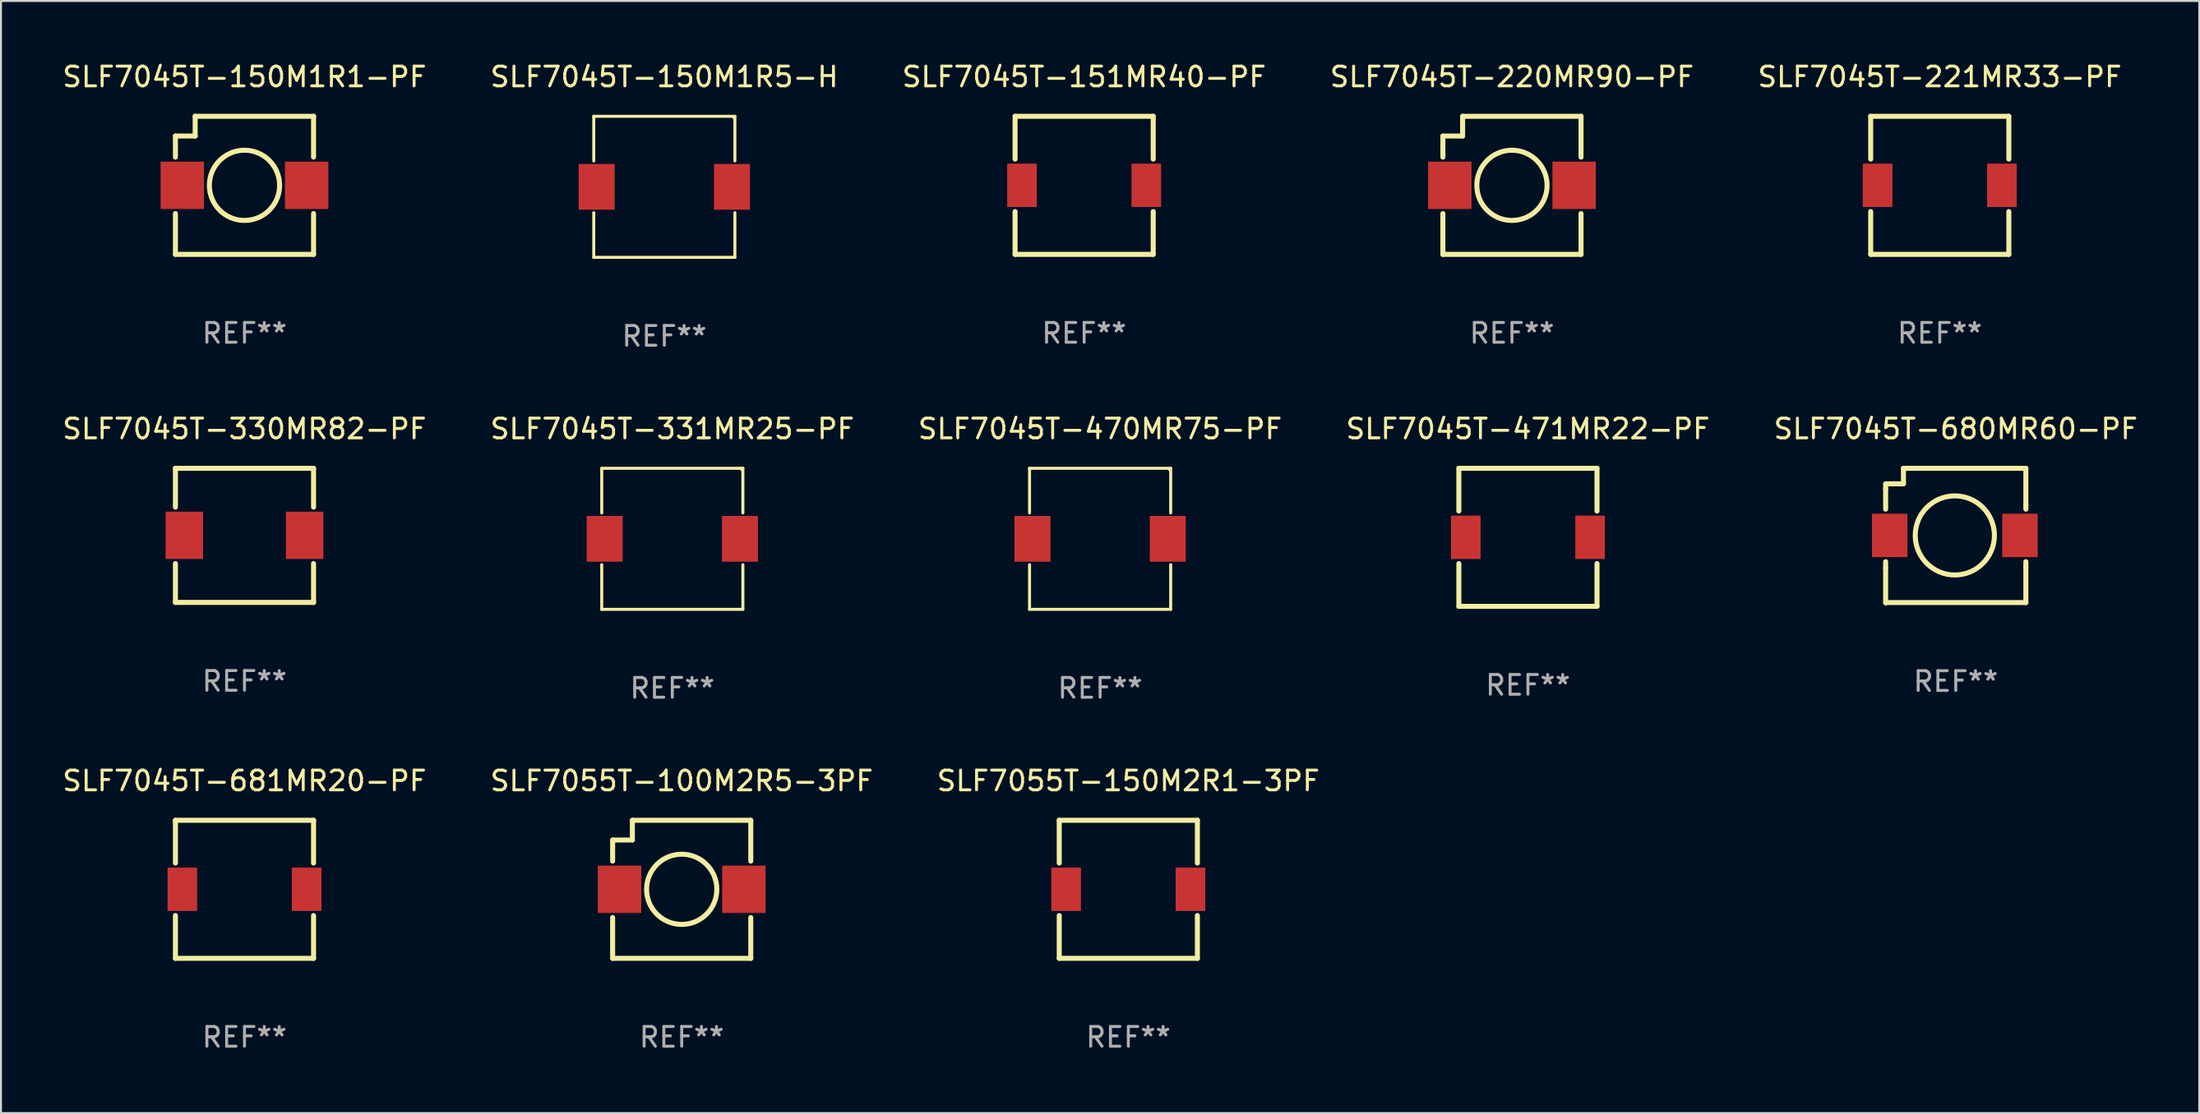
<source format=kicad_pcb>
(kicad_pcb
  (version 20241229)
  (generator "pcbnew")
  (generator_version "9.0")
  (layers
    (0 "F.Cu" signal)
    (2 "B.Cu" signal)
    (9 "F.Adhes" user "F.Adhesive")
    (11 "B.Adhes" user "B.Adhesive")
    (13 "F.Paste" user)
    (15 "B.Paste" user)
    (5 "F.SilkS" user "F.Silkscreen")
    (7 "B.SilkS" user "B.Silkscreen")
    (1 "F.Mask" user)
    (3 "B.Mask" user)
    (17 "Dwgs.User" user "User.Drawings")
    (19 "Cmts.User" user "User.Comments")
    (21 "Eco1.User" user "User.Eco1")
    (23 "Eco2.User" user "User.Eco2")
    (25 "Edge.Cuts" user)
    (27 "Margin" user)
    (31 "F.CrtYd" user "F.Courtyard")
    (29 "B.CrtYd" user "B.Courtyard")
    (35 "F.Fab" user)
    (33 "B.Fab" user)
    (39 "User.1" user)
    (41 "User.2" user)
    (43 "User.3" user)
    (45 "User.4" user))
  (footprint "SLF7055T-100M2R5-3PF"
    (layer "F.Cu")
    (at 31.494 42.046)
    (property "Reference" "SLF7055T-100M2R5-3PF" (at 0 -5.5 0) (layer "F.SilkS") (effects (font (size 1 1) (thickness 0.15))))
    (attr through_hole)
    (fp_line (start -3.5 -2.5) (end -3.5 -1.431) (stroke (width 0.254) (type solid)) (layer "F.SilkS"))
    (fp_line (start -3.5 1.431) (end -3.5 3.5) (stroke (width 0.254) (type solid)) (layer "F.SilkS"))
    (fp_line (start -3.5 3.5) (end 3.5 3.5) (stroke (width 0.254) (type solid)) (layer "F.SilkS"))
    (fp_line (start -2.5 -3.5) (end -2.5 -2.5) (stroke (width 0.254) (type solid)) (layer "F.SilkS"))
    (fp_line (start -2.5 -2.5) (end -3.5 -2.5) (stroke (width 0.254) (type solid)) (layer "F.SilkS"))
    (fp_line (start 3.5 -3.5) (end -2.5 -3.5) (stroke (width 0.254) (type solid)) (layer "F.SilkS"))
    (fp_line (start 3.5 -1.431) (end 3.5 -3.5) (stroke (width 0.254) (type solid)) (layer "F.SilkS"))
    (fp_line (start 3.5 3.5) (end 3.5 1.431) (stroke (width 0.254) (type solid)) (layer "F.SilkS"))
    (fp_circle (center -3.5 3.5) (end -3.47 3.5) (stroke (width 0.06) (type solid)) (fill no) (layer "F.SilkS"))
    (fp_circle (center -0.000127 0) (end 1.78 0) (stroke (width 0.254) (type solid)) (fill no) (layer "F.SilkS"))
    (fp_text user "REF**" (at 0 7.5 0) (layer "F.Fab") (effects (font (size 1 1) (thickness 0.15))))
    (pad "1" smd rect (at -3.15 0) (size 2.2 2.4) (layers "F.Cu" "F.Mask" "F.Paste"))
    (pad "2" smd rect (at 3.15 0) (size 2.2 2.4) (layers "F.Cu" "F.Mask" "F.Paste")))
  (footprint "SLF7045T-470MR75-PF"
    (layer "F.Cu")
    (at 52.696 24.273)
    (property "Reference" "SLF7045T-470MR75-PF" (at 0 -5.576 0) (layer "F.SilkS") (effects (font (size 1 1) (thickness 0.15))))
    (attr through_hole)
    (fp_line (start -3.576 -3.576) (end 3.576 -3.576) (stroke (width 0.152) (type solid)) (layer "F.SilkS"))
    (fp_line (start -3.576 -1.312) (end -3.576 -3.576) (stroke (width 0.152) (type solid)) (layer "F.SilkS"))
    (fp_line (start -3.576 1.312) (end -3.576 3.576) (stroke (width 0.152) (type solid)) (layer "F.SilkS"))
    (fp_line (start -3.576 3.576) (end 3.576 3.576) (stroke (width 0.152) (type solid)) (layer "F.SilkS"))
    (fp_line (start 3.576 -3.576) (end 3.576 -1.312) (stroke (width 0.152) (type solid)) (layer "F.SilkS"))
    (fp_line (start 3.576 3.576) (end 3.576 1.312) (stroke (width 0.152) (type solid)) (layer "F.SilkS"))
    (fp_circle (center 3.5 -3.5) (end 3.53 -3.5) (stroke (width 0.06) (type solid)) (fill no) (layer "F.SilkS"))
    (fp_text user "REF**" (at 0 7.576 0) (layer "F.Fab") (effects (font (size 1 1) (thickness 0.15))))
    (pad "1" smd rect (at 3.428 0) (size 1.824 2.32) (layers "F.Cu" "F.Mask" "F.Paste"))
    (pad "2" smd rect (at -3.428 0) (size 1.824 2.32) (layers "F.Cu" "F.Mask" "F.Paste")))
  (footprint "SLF7045T-150M1R5-H"
    (layer "F.Cu")
    (at 30.613 6.424)
    (property "Reference" "SLF7045T-150M1R5-H" (at 0 -5.576 0) (layer "F.SilkS") (effects (font (size 1 1) (thickness 0.15))))
    (attr through_hole)
    (fp_line (start -3.576 -3.576) (end 3.576 -3.576) (stroke (width 0.152) (type solid)) (layer "F.SilkS"))
    (fp_line (start -3.576 -1.312) (end -3.576 -3.576) (stroke (width 0.152) (type solid)) (layer "F.SilkS"))
    (fp_line (start -3.576 1.312) (end -3.576 3.576) (stroke (width 0.152) (type solid)) (layer "F.SilkS"))
    (fp_line (start -3.576 3.576) (end 3.576 3.576) (stroke (width 0.152) (type solid)) (layer "F.SilkS"))
    (fp_line (start 3.576 -3.576) (end 3.576 -1.312) (stroke (width 0.152) (type solid)) (layer "F.SilkS"))
    (fp_line (start 3.576 3.576) (end 3.576 1.312) (stroke (width 0.152) (type solid)) (layer "F.SilkS"))
    (fp_circle (center 3.5 -3.5) (end 3.53 -3.5) (stroke (width 0.06) (type solid)) (fill no) (layer "F.SilkS"))
    (fp_text user "REF**" (at 0 7.576 0) (layer "F.Fab") (effects (font (size 1 1) (thickness 0.15))))
    (pad "1" smd rect (at 3.428 0) (size 1.824 2.32) (layers "F.Cu" "F.Mask" "F.Paste"))
    (pad "2" smd rect (at -3.428 0) (size 1.824 2.32) (layers "F.Cu" "F.Mask" "F.Paste")))
  (footprint "SLF7045T-221MR33-PF"
    (layer "F.Cu")
    (at 95.244 6.348)
    (property "Reference" "SLF7045T-221MR33-PF" (at 0 -5.5 0) (layer "F.SilkS") (effects (font (size 1 1) (thickness 0.15))))
    (attr through_hole)
    (fp_line (start -3.5 -3.5) (end -3.5 -1.331) (stroke (width 0.254) (type solid)) (layer "F.SilkS"))
    (fp_line (start -3.5 -3.5) (end 3.5 -3.5) (stroke (width 0.254) (type solid)) (layer "F.SilkS"))
    (fp_line (start -3.5 1.331) (end -3.5 3.5) (stroke (width 0.254) (type solid)) (layer "F.SilkS"))
    (fp_line (start -3.5 3.5) (end 3.5 3.5) (stroke (width 0.254) (type solid)) (layer "F.SilkS"))
    (fp_line (start 3.5 -1.331) (end 3.5 -3.5) (stroke (width 0.254) (type solid)) (layer "F.SilkS"))
    (fp_line (start 3.5 3.5) (end 3.5 1.331) (stroke (width 0.254) (type solid)) (layer "F.SilkS"))
    (fp_circle (center -3.5 3.5) (end -3.47 3.5) (stroke (width 0.06) (type solid)) (fill no) (layer "F.SilkS"))
    (fp_text user "REF**" (at 0 7.5 0) (layer "F.Fab") (effects (font (size 1 1) (thickness 0.15))))
    (pad "1" smd rect (at -3.15 0 270) (size 2.2 1.5) (layers "F.Cu" "F.Mask" "F.Paste"))
    (pad "2" smd rect (at 3.15 0 270) (size 2.2 1.5) (layers "F.Cu" "F.Mask" "F.Paste")))
  (footprint "SLF7045T-331MR25-PF"
    (layer "F.Cu")
    (at 31.018 24.273)
    (property "Reference" "SLF7045T-331MR25-PF" (at 0 -5.576 0) (layer "F.SilkS") (effects (font (size 1 1) (thickness 0.15))))
    (attr through_hole)
    (fp_line (start -3.576 -3.576) (end 3.576 -3.576) (stroke (width 0.152) (type solid)) (layer "F.SilkS"))
    (fp_line (start -3.576 -1.312) (end -3.576 -3.576) (stroke (width 0.152) (type solid)) (layer "F.SilkS"))
    (fp_line (start -3.576 1.312) (end -3.576 3.576) (stroke (width 0.152) (type solid)) (layer "F.SilkS"))
    (fp_line (start -3.576 3.576) (end 3.576 3.576) (stroke (width 0.152) (type solid)) (layer "F.SilkS"))
    (fp_line (start 3.576 -3.576) (end 3.576 -1.312) (stroke (width 0.152) (type solid)) (layer "F.SilkS"))
    (fp_line (start 3.576 3.576) (end 3.576 1.312) (stroke (width 0.152) (type solid)) (layer "F.SilkS"))
    (fp_circle (center 3.5 -3.5) (end 3.53 -3.5) (stroke (width 0.06) (type solid)) (fill no) (layer "F.SilkS"))
    (fp_text user "REF**" (at 0 7.576 0) (layer "F.Fab") (effects (font (size 1 1) (thickness 0.15))))
    (pad "1" smd rect (at 3.428 0) (size 1.824 2.32) (layers "F.Cu" "F.Mask" "F.Paste"))
    (pad "2" smd rect (at -3.428 0) (size 1.824 2.32) (layers "F.Cu" "F.Mask" "F.Paste")))
  (footprint "SLF7045T-330MR82-PF"
    (layer "F.Cu")
    (at 9.339 24.097)
    (property "Reference" "SLF7045T-330MR82-PF" (at 0 -5.4 0) (layer "F.SilkS") (effects (font (size 1 1) (thickness 0.15))))
    (attr through_hole)
    (fp_line (start -3.5 -3.4) (end -3.5 -1.431) (stroke (width 0.254) (type solid)) (layer "F.SilkS"))
    (fp_line (start -3.5 1.431) (end -3.5 3.4) (stroke (width 0.254) (type solid)) (layer "F.SilkS"))
    (fp_line (start -3.5 3.4) (end 3.5 3.4) (stroke (width 0.254) (type solid)) (layer "F.SilkS"))
    (fp_line (start 3.5 -3.4) (end -3.5 -3.4) (stroke (width 0.254) (type solid)) (layer "F.SilkS"))
    (fp_line (start 3.5 -1.431) (end 3.5 -3.4) (stroke (width 0.254) (type solid)) (layer "F.SilkS"))
    (fp_line (start 3.5 3.4) (end 3.5 1.431) (stroke (width 0.254) (type solid)) (layer "F.SilkS"))
    (fp_circle (center 3.5 -3.4) (end 3.53 -3.4) (stroke (width 0.06) (type solid)) (fill no) (layer "F.SilkS"))
    (fp_text user "REF**" (at 0 7.4 0) (layer "F.Fab") (effects (font (size 1 1) (thickness 0.15))))
    (pad "1" smd rect (at 3.048 0) (size 1.9 2.4) (layers "F.Cu" "F.Mask" "F.Paste"))
    (pad "2" smd rect (at -3.048 0) (size 1.9 2.4) (layers "F.Cu" "F.Mask" "F.Paste")))
  (footprint "SLF7045T-220MR90-PF"
    (layer "F.Cu")
    (at 73.565 6.348)
    (property "Reference" "SLF7045T-220MR90-PF" (at 0 -5.5 0) (layer "F.SilkS") (effects (font (size 1 1) (thickness 0.15))))
    (attr through_hole)
    (fp_line (start -3.5 -2.5) (end -3.5 -1.431) (stroke (width 0.254) (type solid)) (layer "F.SilkS"))
    (fp_line (start -3.5 1.431) (end -3.5 3.5) (stroke (width 0.254) (type solid)) (layer "F.SilkS"))
    (fp_line (start -3.5 3.5) (end 3.5 3.5) (stroke (width 0.254) (type solid)) (layer "F.SilkS"))
    (fp_line (start -2.5 -3.5) (end -2.5 -2.5) (stroke (width 0.254) (type solid)) (layer "F.SilkS"))
    (fp_line (start -2.5 -2.5) (end -3.5 -2.5) (stroke (width 0.254) (type solid)) (layer "F.SilkS"))
    (fp_line (start 3.5 -3.5) (end -2.5 -3.5) (stroke (width 0.254) (type solid)) (layer "F.SilkS"))
    (fp_line (start 3.5 -1.431) (end 3.5 -3.5) (stroke (width 0.254) (type solid)) (layer "F.SilkS"))
    (fp_line (start 3.5 3.5) (end 3.5 1.431) (stroke (width 0.254) (type solid)) (layer "F.SilkS"))
    (fp_circle (center -3.5 3.5) (end -3.47 3.5) (stroke (width 0.06) (type solid)) (fill no) (layer "F.SilkS"))
    (fp_circle (center -0.000127 0) (end 1.78 0) (stroke (width 0.254) (type solid)) (fill no) (layer "F.SilkS"))
    (fp_text user "REF**" (at 0 7.5 0) (layer "F.Fab") (effects (font (size 1 1) (thickness 0.15))))
    (pad "1" smd rect (at -3.15 0) (size 2.2 2.4) (layers "F.Cu" "F.Mask" "F.Paste"))
    (pad "2" smd rect (at 3.15 0) (size 2.2 2.4) (layers "F.Cu" "F.Mask" "F.Paste")))
  (footprint "SLF7045T-150M1R1-PF"
    (layer "F.Cu")
    (at 9.339 6.348)
    (property "Reference" "SLF7045T-150M1R1-PF" (at 0 -5.5 0) (layer "F.SilkS") (effects (font (size 1 1) (thickness 0.15))))
    (attr through_hole)
    (fp_line (start -3.5 -2.5) (end -3.5 -1.431) (stroke (width 0.254) (type solid)) (layer "F.SilkS"))
    (fp_line (start -3.5 1.431) (end -3.5 3.5) (stroke (width 0.254) (type solid)) (layer "F.SilkS"))
    (fp_line (start -3.5 3.5) (end 3.5 3.5) (stroke (width 0.254) (type solid)) (layer "F.SilkS"))
    (fp_line (start -2.5 -3.5) (end -2.5 -2.5) (stroke (width 0.254) (type solid)) (layer "F.SilkS"))
    (fp_line (start -2.5 -2.5) (end -3.5 -2.5) (stroke (width 0.254) (type solid)) (layer "F.SilkS"))
    (fp_line (start 3.5 -3.5) (end -2.5 -3.5) (stroke (width 0.254) (type solid)) (layer "F.SilkS"))
    (fp_line (start 3.5 -1.431) (end 3.5 -3.5) (stroke (width 0.254) (type solid)) (layer "F.SilkS"))
    (fp_line (start 3.5 3.5) (end 3.5 1.431) (stroke (width 0.254) (type solid)) (layer "F.SilkS"))
    (fp_circle (center -3.5 3.5) (end -3.47 3.5) (stroke (width 0.06) (type solid)) (fill no) (layer "F.SilkS"))
    (fp_circle (center -0.000127 0) (end 1.78 0) (stroke (width 0.254) (type solid)) (fill no) (layer "F.SilkS"))
    (fp_text user "REF**" (at 0 7.5 0) (layer "F.Fab") (effects (font (size 1 1) (thickness 0.15))))
    (pad "1" smd rect (at -3.15 0) (size 2.2 2.4) (layers "F.Cu" "F.Mask" "F.Paste"))
    (pad "2" smd rect (at 3.15 0) (size 2.2 2.4) (layers "F.Cu" "F.Mask" "F.Paste")))
  (footprint "SLF7045T-151MR40-PF"
    (layer "F.Cu")
    (at 51.887 6.348)
    (property "Reference" "SLF7045T-151MR40-PF" (at 0 -5.5 0) (layer "F.SilkS") (effects (font (size 1 1) (thickness 0.15))))
    (attr through_hole)
    (fp_line (start -3.5 -3.5) (end -3.5 -1.331) (stroke (width 0.254) (type solid)) (layer "F.SilkS"))
    (fp_line (start -3.5 -3.5) (end 3.5 -3.5) (stroke (width 0.254) (type solid)) (layer "F.SilkS"))
    (fp_line (start -3.5 1.331) (end -3.5 3.5) (stroke (width 0.254) (type solid)) (layer "F.SilkS"))
    (fp_line (start -3.5 3.5) (end 3.5 3.5) (stroke (width 0.254) (type solid)) (layer "F.SilkS"))
    (fp_line (start 3.5 -1.331) (end 3.5 -3.5) (stroke (width 0.254) (type solid)) (layer "F.SilkS"))
    (fp_line (start 3.5 3.5) (end 3.5 1.331) (stroke (width 0.254) (type solid)) (layer "F.SilkS"))
    (fp_circle (center -3.5 3.5) (end -3.47 3.5) (stroke (width 0.06) (type solid)) (fill no) (layer "F.SilkS"))
    (fp_text user "REF**" (at 0 7.5 0) (layer "F.Fab") (effects (font (size 1 1) (thickness 0.15))))
    (pad "1" smd rect (at -3.15 0 270) (size 2.2 1.5) (layers "F.Cu" "F.Mask" "F.Paste"))
    (pad "2" smd rect (at 3.15 0 270) (size 2.2 1.5) (layers "F.Cu" "F.Mask" "F.Paste")))
  (footprint "SLF7045T-681MR20-PF"
    (layer "F.Cu")
    (at 9.339 42.046)
    (property "Reference" "SLF7045T-681MR20-PF" (at 0 -5.5 0) (layer "F.SilkS") (effects (font (size 1 1) (thickness 0.15))))
    (attr through_hole)
    (fp_line (start -3.5 -3.5) (end -3.5 -1.331) (stroke (width 0.254) (type solid)) (layer "F.SilkS"))
    (fp_line (start -3.5 -3.5) (end 3.5 -3.5) (stroke (width 0.254) (type solid)) (layer "F.SilkS"))
    (fp_line (start -3.5 1.331) (end -3.5 3.5) (stroke (width 0.254) (type solid)) (layer "F.SilkS"))
    (fp_line (start -3.5 3.5) (end 3.5 3.5) (stroke (width 0.254) (type solid)) (layer "F.SilkS"))
    (fp_line (start 3.5 -1.331) (end 3.5 -3.5) (stroke (width 0.254) (type solid)) (layer "F.SilkS"))
    (fp_line (start 3.5 3.5) (end 3.5 1.331) (stroke (width 0.254) (type solid)) (layer "F.SilkS"))
    (fp_circle (center -3.5 3.5) (end -3.47 3.5) (stroke (width 0.06) (type solid)) (fill no) (layer "F.SilkS"))
    (fp_text user "REF**" (at 0 7.5 0) (layer "F.Fab") (effects (font (size 1 1) (thickness 0.15))))
    (pad "1" smd rect (at -3.15 0 270) (size 2.2 1.5) (layers "F.Cu" "F.Mask" "F.Paste"))
    (pad "2" smd rect (at 3.15 0 270) (size 2.2 1.5) (layers "F.Cu" "F.Mask" "F.Paste")))
  (footprint "SLF7055T-150M2R1-3PF"
    (layer "F.Cu")
    (at 54.125 42.046)
    (property "Reference" "SLF7055T-150M2R1-3PF" (at 0 -5.5 0) (layer "F.SilkS") (effects (font (size 1 1) (thickness 0.15))))
    (attr through_hole)
    (fp_line (start -3.5 -3.5) (end -3.5 -1.331) (stroke (width 0.254) (type solid)) (layer "F.SilkS"))
    (fp_line (start -3.5 -3.5) (end 3.5 -3.5) (stroke (width 0.254) (type solid)) (layer "F.SilkS"))
    (fp_line (start -3.5 1.331) (end -3.5 3.5) (stroke (width 0.254) (type solid)) (layer "F.SilkS"))
    (fp_line (start -3.5 3.5) (end 3.5 3.5) (stroke (width 0.254) (type solid)) (layer "F.SilkS"))
    (fp_line (start 3.5 -1.331) (end 3.5 -3.5) (stroke (width 0.254) (type solid)) (layer "F.SilkS"))
    (fp_line (start 3.5 3.5) (end 3.5 1.331) (stroke (width 0.254) (type solid)) (layer "F.SilkS"))
    (fp_circle (center -3.5 3.5) (end -3.47 3.5) (stroke (width 0.06) (type solid)) (fill no) (layer "F.SilkS"))
    (fp_text user "REF**" (at 0 7.5 0) (layer "F.Fab") (effects (font (size 1 1) (thickness 0.15))))
    (pad "1" smd rect (at -3.15 0 270) (size 2.2 1.5) (layers "F.Cu" "F.Mask" "F.Paste"))
    (pad "2" smd rect (at 3.15 0 270) (size 2.2 1.5) (layers "F.Cu" "F.Mask" "F.Paste")))
  (footprint "SLF7045T-680MR60-PF"
    (layer "F.Cu")
    (at 96.054 24.101)
    (property "Reference" "SLF7045T-680MR60-PF" (at 0 -5.404 0) (layer "F.SilkS") (effects (font (size 1 1) (thickness 0.15))))
    (attr through_hole)
    (fp_line (start -3.553 -2.362) (end -3.553 -2.6) (stroke (width 0.254) (type solid)) (layer "F.SilkS"))
    (fp_line (start -3.553 -2.362) (end -3.553 -1.331) (stroke (width 0.254) (type solid)) (layer "F.SilkS"))
    (fp_line (start -3.553 1.331) (end -3.553 1.651) (stroke (width 0.254) (type solid)) (layer "F.SilkS"))
    (fp_line (start -3.553 3.404) (end -3.553 1.651) (stroke (width 0.254) (type solid)) (layer "F.SilkS"))
    (fp_line (start -2.65 -3.4) (end -2.511 -3.4) (stroke (width 0.254) (type solid)) (layer "F.SilkS"))
    (fp_line (start -2.65 -2.616) (end -3.553 -2.616) (stroke (width 0.254) (type solid)) (layer "F.SilkS"))
    (fp_line (start -2.65 -2.616) (end -2.65 -3.4) (stroke (width 0.254) (type solid)) (layer "F.SilkS"))
    (fp_line (start -2.511 -3.404) (end 3.553 -3.404) (stroke (width 0.254) (type solid)) (layer "F.SilkS"))
    (fp_line (start 3.553 -3.4) (end 3.553 -1.524) (stroke (width 0.254) (type solid)) (layer "F.SilkS"))
    (fp_line (start 3.553 -1.331) (end 3.553 -1.524) (stroke (width 0.254) (type solid)) (layer "F.SilkS"))
    (fp_line (start 3.553 1.6) (end 3.553 1.331) (stroke (width 0.254) (type solid)) (layer "F.SilkS"))
    (fp_line (start 3.553 1.6) (end 3.553 3.404) (stroke (width 0.254) (type solid)) (layer "F.SilkS"))
    (fp_line (start 3.553 3.404) (end -3.553 3.404) (stroke (width 0.254) (type solid)) (layer "F.SilkS"))
    (fp_circle (center -3.547 3.5) (end -3.517 3.5) (stroke (width 0.06) (type solid)) (fill no) (layer "F.SilkS"))
    (fp_circle (center -0.047 0) (end 1.959 0) (stroke (width 0.254) (type solid)) (fill no) (layer "F.SilkS"))
    (fp_text user "REF**" (at 0 7.404 0) (layer "F.Fab") (effects (font (size 1 1) (thickness 0.15))))
    (pad "1" smd rect (at -3.347 0) (size 1.8 2.2) (layers "F.Cu" "F.Mask" "F.Paste"))
    (pad "2" smd rect (at 3.253 0) (size 1.8 2.2) (layers "F.Cu" "F.Mask" "F.Paste")))
  (footprint "SLF7045T-471MR22-PF"
    (layer "F.Cu")
    (at 74.375 24.197)
    (property "Reference" "SLF7045T-471MR22-PF" (at 0 -5.5 0) (layer "F.SilkS") (effects (font (size 1 1) (thickness 0.15))))
    (attr through_hole)
    (fp_line (start -3.5 -3.5) (end -3.5 -1.331) (stroke (width 0.254) (type solid)) (layer "F.SilkS"))
    (fp_line (start -3.5 -3.5) (end 3.5 -3.5) (stroke (width 0.254) (type solid)) (layer "F.SilkS"))
    (fp_line (start -3.5 1.331) (end -3.5 3.5) (stroke (width 0.254) (type solid)) (layer "F.SilkS"))
    (fp_line (start -3.5 3.5) (end 3.5 3.5) (stroke (width 0.254) (type solid)) (layer "F.SilkS"))
    (fp_line (start 3.5 -1.331) (end 3.5 -3.5) (stroke (width 0.254) (type solid)) (layer "F.SilkS"))
    (fp_line (start 3.5 3.5) (end 3.5 1.331) (stroke (width 0.254) (type solid)) (layer "F.SilkS"))
    (fp_circle (center -3.5 3.5) (end -3.47 3.5) (stroke (width 0.06) (type solid)) (fill no) (layer "F.SilkS"))
    (fp_text user "REF**" (at 0 7.5 0) (layer "F.Fab") (effects (font (size 1 1) (thickness 0.15))))
    (pad "1" smd rect (at -3.15 0 270) (size 2.2 1.5) (layers "F.Cu" "F.Mask" "F.Paste"))
    (pad "2" smd rect (at 3.15 0 270) (size 2.2 1.5) (layers "F.Cu" "F.Mask" "F.Paste")))
  (gr_rect
    (start -3 -3)
    (end 108.393 53.394)
    (stroke (width 0.1) (type default))
    (fill no)
    (layer "Edge.Cuts")))
</source>
